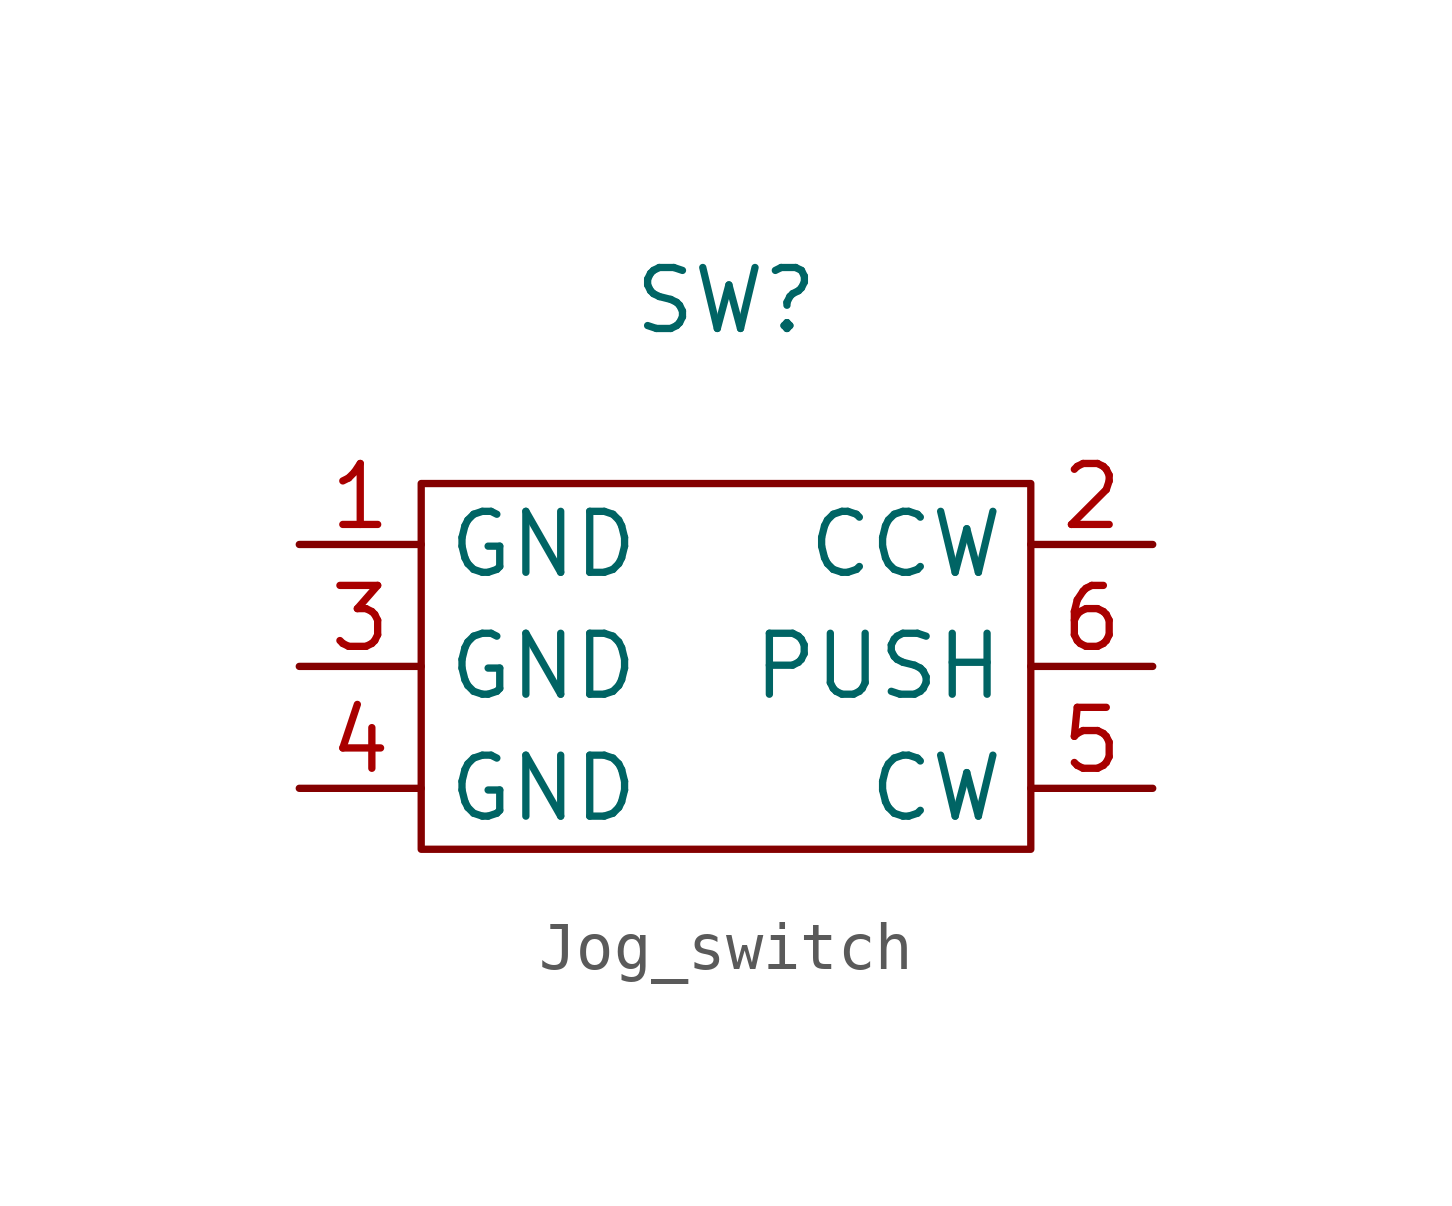
<source format=kicad_sym>
(kicad_symbol_lib
  (version 20220914)
  (generator kicad_symbol_editor)
  (symbol "Jog_switch"
    (property "Reference" "SW"
      (at 6.35 3.81 0)
      (effects (font (size 1.27 1.27))))
    (property "Value" ""
      (at 2.54 1.27 0)
      (effects (font (size 1.27 1.27))))
    (symbol "Jog_switch_0_1"
      (rectangle (start 0 0) (end 12.7 -7.62) (stroke (width 0) (type default)) (fill (type none))))
    (symbol "Jog_switch_1_1"
      (pin power_in line (at -2.54 -1.27 0) (length 2.54) (name "GND" (effects (font (size 1.27 1.27)))) (number "1" (effects (font (size 1.27 1.27)))))
      (pin output line (at 15.24 -1.27 180) (length 2.54) (name "CCW" (effects (font (size 1.27 1.27)))) (number "2" (effects (font (size 1.27 1.27)))))
      (pin power_in line (at -2.54 -3.81 0) (length 2.54) (name "GND" (effects (font (size 1.27 1.27)))) (number "3" (effects (font (size 1.27 1.27)))))
      (pin power_in line (at -2.54 -6.35 0) (length 2.54) (name "GND" (effects (font (size 1.27 1.27)))) (number "4" (effects (font (size 1.27 1.27)))))
      (pin output line (at 15.24 -6.35 180) (length 2.54) (name "CW" (effects (font (size 1.27 1.27)))) (number "5" (effects (font (size 1.27 1.27)))))
      (pin output line (at 15.24 -3.81 180) (length 2.54) (name "PUSH" (effects (font (size 1.27 1.27)))) (number "6" (effects (font (size 1.27 1.27))))))))
</source>
